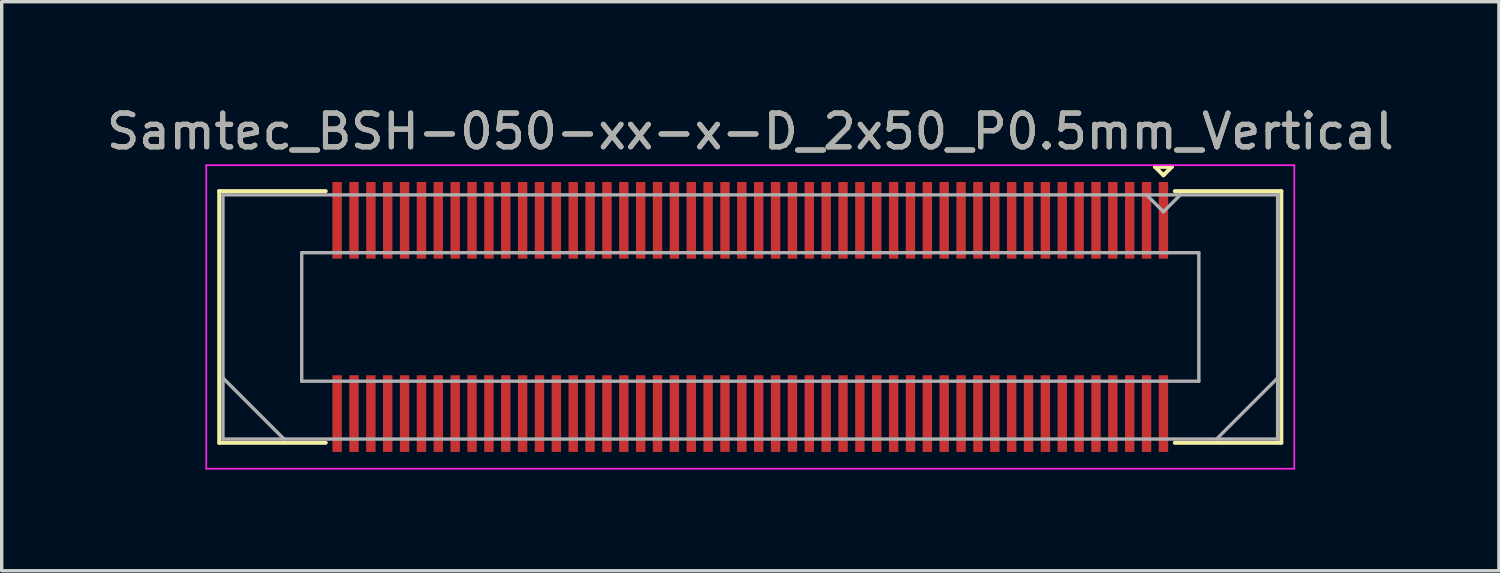
<source format=kicad_pcb>
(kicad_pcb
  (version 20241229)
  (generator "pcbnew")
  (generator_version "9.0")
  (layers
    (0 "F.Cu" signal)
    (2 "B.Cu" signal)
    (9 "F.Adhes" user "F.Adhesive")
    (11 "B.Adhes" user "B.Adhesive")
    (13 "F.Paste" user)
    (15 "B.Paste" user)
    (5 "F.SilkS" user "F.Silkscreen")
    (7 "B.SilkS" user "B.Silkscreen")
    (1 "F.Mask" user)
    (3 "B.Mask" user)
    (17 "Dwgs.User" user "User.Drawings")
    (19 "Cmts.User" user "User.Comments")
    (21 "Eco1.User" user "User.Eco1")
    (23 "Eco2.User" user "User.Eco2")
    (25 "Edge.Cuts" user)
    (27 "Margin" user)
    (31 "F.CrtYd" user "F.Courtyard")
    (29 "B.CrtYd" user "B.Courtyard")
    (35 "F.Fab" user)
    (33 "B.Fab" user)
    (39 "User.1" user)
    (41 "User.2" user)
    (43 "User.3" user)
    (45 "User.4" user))
  (footprint "Samtec_BSH-050-xx-x-D_2x50_P0.5mm_Vertical"
    (layer "F.Cu")
    (at 19.196 6.348)
    (property "Reference" "Samtec_BSH-050-xx-x-D_2x50_P0.5mm_Vertical" (at 0 -5.5 0) (layer "F.SilkS") (effects (font (size 1 1) (thickness 0.15))))
    (attr smd)
    (fp_line (start -15.745 -3.73) (end -12.589 -3.73) (stroke (width 0.12) (type solid)) (layer "F.SilkS"))
    (fp_line (start -15.745 3.73) (end -15.745 -3.73) (stroke (width 0.12) (type solid)) (layer "F.SilkS"))
    (fp_line (start -12.589 3.73) (end -15.745 3.73) (stroke (width 0.12) (type solid)) (layer "F.SilkS"))
    (fp_line (start 12 -4.452) (end 12.5 -4.452) (stroke (width 0.12) (type solid)) (layer "F.SilkS"))
    (fp_line (start 12.25 -4.202) (end 12 -4.452) (stroke (width 0.12) (type solid)) (layer "F.SilkS"))
    (fp_line (start 12.5 -4.452) (end 12.25 -4.202) (stroke (width 0.12) (type solid)) (layer "F.SilkS"))
    (fp_line (start 12.589 3.73) (end 15.745 3.73) (stroke (width 0.12) (type solid)) (layer "F.SilkS"))
    (fp_line (start 15.745 -3.73) (end 12.589 -3.73) (stroke (width 0.12) (type solid)) (layer "F.SilkS"))
    (fp_line (start 15.745 3.73) (end 15.745 -3.73) (stroke (width 0.12) (type solid)) (layer "F.SilkS"))
    (fp_line (start -16.13 -4.5) (end -16.13 4.5) (stroke (width 0.05) (type solid)) (layer "F.CrtYd"))
    (fp_line (start -16.13 4.5) (end 16.13 4.5) (stroke (width 0.05) (type solid)) (layer "F.CrtYd"))
    (fp_line (start 16.13 -4.5) (end -16.13 -4.5) (stroke (width 0.05) (type solid)) (layer "F.CrtYd"))
    (fp_line (start 16.13 4.5) (end 16.13 -4.5) (stroke (width 0.05) (type solid)) (layer "F.CrtYd"))
    (fp_line (start -15.635 -3.62) (end -15.635 3.62) (stroke (width 0.1) (type solid)) (layer "F.Fab"))
    (fp_line (start -15.635 1.81) (end -13.825 3.62) (stroke (width 0.1) (type solid)) (layer "F.Fab"))
    (fp_line (start -15.635 3.62) (end 15.635 3.62) (stroke (width 0.1) (type solid)) (layer "F.Fab"))
    (fp_line (start -13.3 -1.905) (end -13.3 1.905) (stroke (width 0.1) (type solid)) (layer "F.Fab"))
    (fp_line (start -13.3 1.905) (end 13.3 1.905) (stroke (width 0.1) (type solid)) (layer "F.Fab"))
    (fp_line (start 12.25 -3.12) (end 11.75 -3.62) (stroke (width 0.1) (type solid)) (layer "F.Fab"))
    (fp_line (start 12.75 -3.62) (end 12.25 -3.12) (stroke (width 0.1) (type solid)) (layer "F.Fab"))
    (fp_line (start 13.3 -1.905) (end -13.3 -1.905) (stroke (width 0.1) (type solid)) (layer "F.Fab"))
    (fp_line (start 13.3 1.905) (end 13.3 -1.905) (stroke (width 0.1) (type solid)) (layer "F.Fab"))
    (fp_line (start 15.635 -3.62) (end -15.635 -3.62) (stroke (width 0.1) (type solid)) (layer "F.Fab"))
    (fp_line (start 15.635 1.81) (end 13.825 3.62) (stroke (width 0.1) (type solid)) (layer "F.Fab"))
    (fp_line (start 15.635 3.62) (end 15.635 -3.62) (stroke (width 0.1) (type solid)) (layer "F.Fab"))
    (fp_text user "${REFERENCE}" (at 0 -5.5 0) (layer "F.Fab") (effects (font (size 1 1) (thickness 0.15))))
    (pad "1" smd rect (at 12.25 -2.865) (size 0.279 2.273) (layers "F.Cu" "F.Mask" "F.Paste"))
    (pad "2" smd rect (at 12.25 2.865) (size 0.279 2.273) (layers "F.Cu" "F.Mask" "F.Paste"))
    (pad "3" smd rect (at 11.75 -2.865) (size 0.279 2.273) (layers "F.Cu" "F.Mask" "F.Paste"))
    (pad "4" smd rect (at 11.75 2.865) (size 0.279 2.273) (layers "F.Cu" "F.Mask" "F.Paste"))
    (pad "5" smd rect (at 11.25 -2.865) (size 0.279 2.273) (layers "F.Cu" "F.Mask" "F.Paste"))
    (pad "6" smd rect (at 11.25 2.865) (size 0.279 2.273) (layers "F.Cu" "F.Mask" "F.Paste"))
    (pad "7" smd rect (at 10.75 -2.865) (size 0.279 2.273) (layers "F.Cu" "F.Mask" "F.Paste"))
    (pad "8" smd rect (at 10.75 2.865) (size 0.279 2.273) (layers "F.Cu" "F.Mask" "F.Paste"))
    (pad "9" smd rect (at 10.25 -2.865) (size 0.279 2.273) (layers "F.Cu" "F.Mask" "F.Paste"))
    (pad "10" smd rect (at 10.25 2.865) (size 0.279 2.273) (layers "F.Cu" "F.Mask" "F.Paste"))
    (pad "11" smd rect (at 9.75 -2.865) (size 0.279 2.273) (layers "F.Cu" "F.Mask" "F.Paste"))
    (pad "12" smd rect (at 9.75 2.865) (size 0.279 2.273) (layers "F.Cu" "F.Mask" "F.Paste"))
    (pad "13" smd rect (at 9.25 -2.865) (size 0.279 2.273) (layers "F.Cu" "F.Mask" "F.Paste"))
    (pad "14" smd rect (at 9.25 2.865) (size 0.279 2.273) (layers "F.Cu" "F.Mask" "F.Paste"))
    (pad "15" smd rect (at 8.75 -2.865) (size 0.279 2.273) (layers "F.Cu" "F.Mask" "F.Paste"))
    (pad "16" smd rect (at 8.75 2.865) (size 0.279 2.273) (layers "F.Cu" "F.Mask" "F.Paste"))
    (pad "17" smd rect (at 8.25 -2.865) (size 0.279 2.273) (layers "F.Cu" "F.Mask" "F.Paste"))
    (pad "18" smd rect (at 8.25 2.865) (size 0.279 2.273) (layers "F.Cu" "F.Mask" "F.Paste"))
    (pad "19" smd rect (at 7.75 -2.865) (size 0.279 2.273) (layers "F.Cu" "F.Mask" "F.Paste"))
    (pad "20" smd rect (at 7.75 2.865) (size 0.279 2.273) (layers "F.Cu" "F.Mask" "F.Paste"))
    (pad "21" smd rect (at 7.25 -2.865) (size 0.279 2.273) (layers "F.Cu" "F.Mask" "F.Paste"))
    (pad "22" smd rect (at 7.25 2.865) (size 0.279 2.273) (layers "F.Cu" "F.Mask" "F.Paste"))
    (pad "23" smd rect (at 6.75 -2.865) (size 0.279 2.273) (layers "F.Cu" "F.Mask" "F.Paste"))
    (pad "24" smd rect (at 6.75 2.865) (size 0.279 2.273) (layers "F.Cu" "F.Mask" "F.Paste"))
    (pad "25" smd rect (at 6.25 -2.865) (size 0.279 2.273) (layers "F.Cu" "F.Mask" "F.Paste"))
    (pad "26" smd rect (at 6.25 2.865) (size 0.279 2.273) (layers "F.Cu" "F.Mask" "F.Paste"))
    (pad "27" smd rect (at 5.75 -2.865) (size 0.279 2.273) (layers "F.Cu" "F.Mask" "F.Paste"))
    (pad "28" smd rect (at 5.75 2.865) (size 0.279 2.273) (layers "F.Cu" "F.Mask" "F.Paste"))
    (pad "29" smd rect (at 5.25 -2.865) (size 0.279 2.273) (layers "F.Cu" "F.Mask" "F.Paste"))
    (pad "30" smd rect (at 5.25 2.865) (size 0.279 2.273) (layers "F.Cu" "F.Mask" "F.Paste"))
    (pad "31" smd rect (at 4.75 -2.865) (size 0.279 2.273) (layers "F.Cu" "F.Mask" "F.Paste"))
    (pad "32" smd rect (at 4.75 2.865) (size 0.279 2.273) (layers "F.Cu" "F.Mask" "F.Paste"))
    (pad "33" smd rect (at 4.25 -2.865) (size 0.279 2.273) (layers "F.Cu" "F.Mask" "F.Paste"))
    (pad "34" smd rect (at 4.25 2.865) (size 0.279 2.273) (layers "F.Cu" "F.Mask" "F.Paste"))
    (pad "35" smd rect (at 3.75 -2.865) (size 0.279 2.273) (layers "F.Cu" "F.Mask" "F.Paste"))
    (pad "36" smd rect (at 3.75 2.865) (size 0.279 2.273) (layers "F.Cu" "F.Mask" "F.Paste"))
    (pad "37" smd rect (at 3.25 -2.865) (size 0.279 2.273) (layers "F.Cu" "F.Mask" "F.Paste"))
    (pad "38" smd rect (at 3.25 2.865) (size 0.279 2.273) (layers "F.Cu" "F.Mask" "F.Paste"))
    (pad "39" smd rect (at 2.75 -2.865) (size 0.279 2.273) (layers "F.Cu" "F.Mask" "F.Paste"))
    (pad "40" smd rect (at 2.75 2.865) (size 0.279 2.273) (layers "F.Cu" "F.Mask" "F.Paste"))
    (pad "41" smd rect (at 2.25 -2.865) (size 0.279 2.273) (layers "F.Cu" "F.Mask" "F.Paste"))
    (pad "42" smd rect (at 2.25 2.865) (size 0.279 2.273) (layers "F.Cu" "F.Mask" "F.Paste"))
    (pad "43" smd rect (at 1.75 -2.865) (size 0.279 2.273) (layers "F.Cu" "F.Mask" "F.Paste"))
    (pad "44" smd rect (at 1.75 2.865) (size 0.279 2.273) (layers "F.Cu" "F.Mask" "F.Paste"))
    (pad "45" smd rect (at 1.25 -2.865) (size 0.279 2.273) (layers "F.Cu" "F.Mask" "F.Paste"))
    (pad "46" smd rect (at 1.25 2.865) (size 0.279 2.273) (layers "F.Cu" "F.Mask" "F.Paste"))
    (pad "47" smd rect (at 0.75 -2.865) (size 0.279 2.273) (layers "F.Cu" "F.Mask" "F.Paste"))
    (pad "48" smd rect (at 0.75 2.865) (size 0.279 2.273) (layers "F.Cu" "F.Mask" "F.Paste"))
    (pad "49" smd rect (at 0.25 -2.865) (size 0.279 2.273) (layers "F.Cu" "F.Mask" "F.Paste"))
    (pad "50" smd rect (at 0.25 2.865) (size 0.279 2.273) (layers "F.Cu" "F.Mask" "F.Paste"))
    (pad "51" smd rect (at -0.25 -2.865) (size 0.279 2.273) (layers "F.Cu" "F.Mask" "F.Paste"))
    (pad "52" smd rect (at -0.25 2.865) (size 0.279 2.273) (layers "F.Cu" "F.Mask" "F.Paste"))
    (pad "53" smd rect (at -0.75 -2.865) (size 0.279 2.273) (layers "F.Cu" "F.Mask" "F.Paste"))
    (pad "54" smd rect (at -0.75 2.865) (size 0.279 2.273) (layers "F.Cu" "F.Mask" "F.Paste"))
    (pad "55" smd rect (at -1.25 -2.865) (size 0.279 2.273) (layers "F.Cu" "F.Mask" "F.Paste"))
    (pad "56" smd rect (at -1.25 2.865) (size 0.279 2.273) (layers "F.Cu" "F.Mask" "F.Paste"))
    (pad "57" smd rect (at -1.75 -2.865) (size 0.279 2.273) (layers "F.Cu" "F.Mask" "F.Paste"))
    (pad "58" smd rect (at -1.75 2.865) (size 0.279 2.273) (layers "F.Cu" "F.Mask" "F.Paste"))
    (pad "59" smd rect (at -2.25 -2.865) (size 0.279 2.273) (layers "F.Cu" "F.Mask" "F.Paste"))
    (pad "60" smd rect (at -2.25 2.865) (size 0.279 2.273) (layers "F.Cu" "F.Mask" "F.Paste"))
    (pad "61" smd rect (at -2.75 -2.865) (size 0.279 2.273) (layers "F.Cu" "F.Mask" "F.Paste"))
    (pad "62" smd rect (at -2.75 2.865) (size 0.279 2.273) (layers "F.Cu" "F.Mask" "F.Paste"))
    (pad "63" smd rect (at -3.25 -2.865) (size 0.279 2.273) (layers "F.Cu" "F.Mask" "F.Paste"))
    (pad "64" smd rect (at -3.25 2.865) (size 0.279 2.273) (layers "F.Cu" "F.Mask" "F.Paste"))
    (pad "65" smd rect (at -3.75 -2.865) (size 0.279 2.273) (layers "F.Cu" "F.Mask" "F.Paste"))
    (pad "66" smd rect (at -3.75 2.865) (size 0.279 2.273) (layers "F.Cu" "F.Mask" "F.Paste"))
    (pad "67" smd rect (at -4.25 -2.865) (size 0.279 2.273) (layers "F.Cu" "F.Mask" "F.Paste"))
    (pad "68" smd rect (at -4.25 2.865) (size 0.279 2.273) (layers "F.Cu" "F.Mask" "F.Paste"))
    (pad "69" smd rect (at -4.75 -2.865) (size 0.279 2.273) (layers "F.Cu" "F.Mask" "F.Paste"))
    (pad "70" smd rect (at -4.75 2.865) (size 0.279 2.273) (layers "F.Cu" "F.Mask" "F.Paste"))
    (pad "71" smd rect (at -5.25 -2.865) (size 0.279 2.273) (layers "F.Cu" "F.Mask" "F.Paste"))
    (pad "72" smd rect (at -5.25 2.865) (size 0.279 2.273) (layers "F.Cu" "F.Mask" "F.Paste"))
    (pad "73" smd rect (at -5.75 -2.865) (size 0.279 2.273) (layers "F.Cu" "F.Mask" "F.Paste"))
    (pad "74" smd rect (at -5.75 2.865) (size 0.279 2.273) (layers "F.Cu" "F.Mask" "F.Paste"))
    (pad "75" smd rect (at -6.25 -2.865) (size 0.279 2.273) (layers "F.Cu" "F.Mask" "F.Paste"))
    (pad "76" smd rect (at -6.25 2.865) (size 0.279 2.273) (layers "F.Cu" "F.Mask" "F.Paste"))
    (pad "77" smd rect (at -6.75 -2.865) (size 0.279 2.273) (layers "F.Cu" "F.Mask" "F.Paste"))
    (pad "78" smd rect (at -6.75 2.865) (size 0.279 2.273) (layers "F.Cu" "F.Mask" "F.Paste"))
    (pad "79" smd rect (at -7.25 -2.865) (size 0.279 2.273) (layers "F.Cu" "F.Mask" "F.Paste"))
    (pad "80" smd rect (at -7.25 2.865) (size 0.279 2.273) (layers "F.Cu" "F.Mask" "F.Paste"))
    (pad "81" smd rect (at -7.75 -2.865) (size 0.279 2.273) (layers "F.Cu" "F.Mask" "F.Paste"))
    (pad "82" smd rect (at -7.75 2.865) (size 0.279 2.273) (layers "F.Cu" "F.Mask" "F.Paste"))
    (pad "83" smd rect (at -8.25 -2.865) (size 0.279 2.273) (layers "F.Cu" "F.Mask" "F.Paste"))
    (pad "84" smd rect (at -8.25 2.865) (size 0.279 2.273) (layers "F.Cu" "F.Mask" "F.Paste"))
    (pad "85" smd rect (at -8.75 -2.865) (size 0.279 2.273) (layers "F.Cu" "F.Mask" "F.Paste"))
    (pad "86" smd rect (at -8.75 2.865) (size 0.279 2.273) (layers "F.Cu" "F.Mask" "F.Paste"))
    (pad "87" smd rect (at -9.25 -2.865) (size 0.279 2.273) (layers "F.Cu" "F.Mask" "F.Paste"))
    (pad "88" smd rect (at -9.25 2.865) (size 0.279 2.273) (layers "F.Cu" "F.Mask" "F.Paste"))
    (pad "89" smd rect (at -9.75 -2.865) (size 0.279 2.273) (layers "F.Cu" "F.Mask" "F.Paste"))
    (pad "90" smd rect (at -9.75 2.865) (size 0.279 2.273) (layers "F.Cu" "F.Mask" "F.Paste"))
    (pad "91" smd rect (at -10.25 -2.865) (size 0.279 2.273) (layers "F.Cu" "F.Mask" "F.Paste"))
    (pad "92" smd rect (at -10.25 2.865) (size 0.279 2.273) (layers "F.Cu" "F.Mask" "F.Paste"))
    (pad "93" smd rect (at -10.75 -2.865) (size 0.279 2.273) (layers "F.Cu" "F.Mask" "F.Paste"))
    (pad "94" smd rect (at -10.75 2.865) (size 0.279 2.273) (layers "F.Cu" "F.Mask" "F.Paste"))
    (pad "95" smd rect (at -11.25 -2.865) (size 0.279 2.273) (layers "F.Cu" "F.Mask" "F.Paste"))
    (pad "96" smd rect (at -11.25 2.865) (size 0.279 2.273) (layers "F.Cu" "F.Mask" "F.Paste"))
    (pad "97" smd rect (at -11.75 -2.865) (size 0.279 2.273) (layers "F.Cu" "F.Mask" "F.Paste"))
    (pad "98" smd rect (at -11.75 2.865) (size 0.279 2.273) (layers "F.Cu" "F.Mask" "F.Paste"))
    (pad "99" smd rect (at -12.25 -2.865) (size 0.279 2.273) (layers "F.Cu" "F.Mask" "F.Paste"))
    (pad "100" smd rect (at -12.25 2.865) (size 0.279 2.273) (layers "F.Cu" "F.Mask" "F.Paste")))
  (gr_rect
    (start -3 -3)
    (end 41.393 13.873)
    (stroke (width 0.1) (type default))
    (fill no)
    (layer "Edge.Cuts")))
</source>
